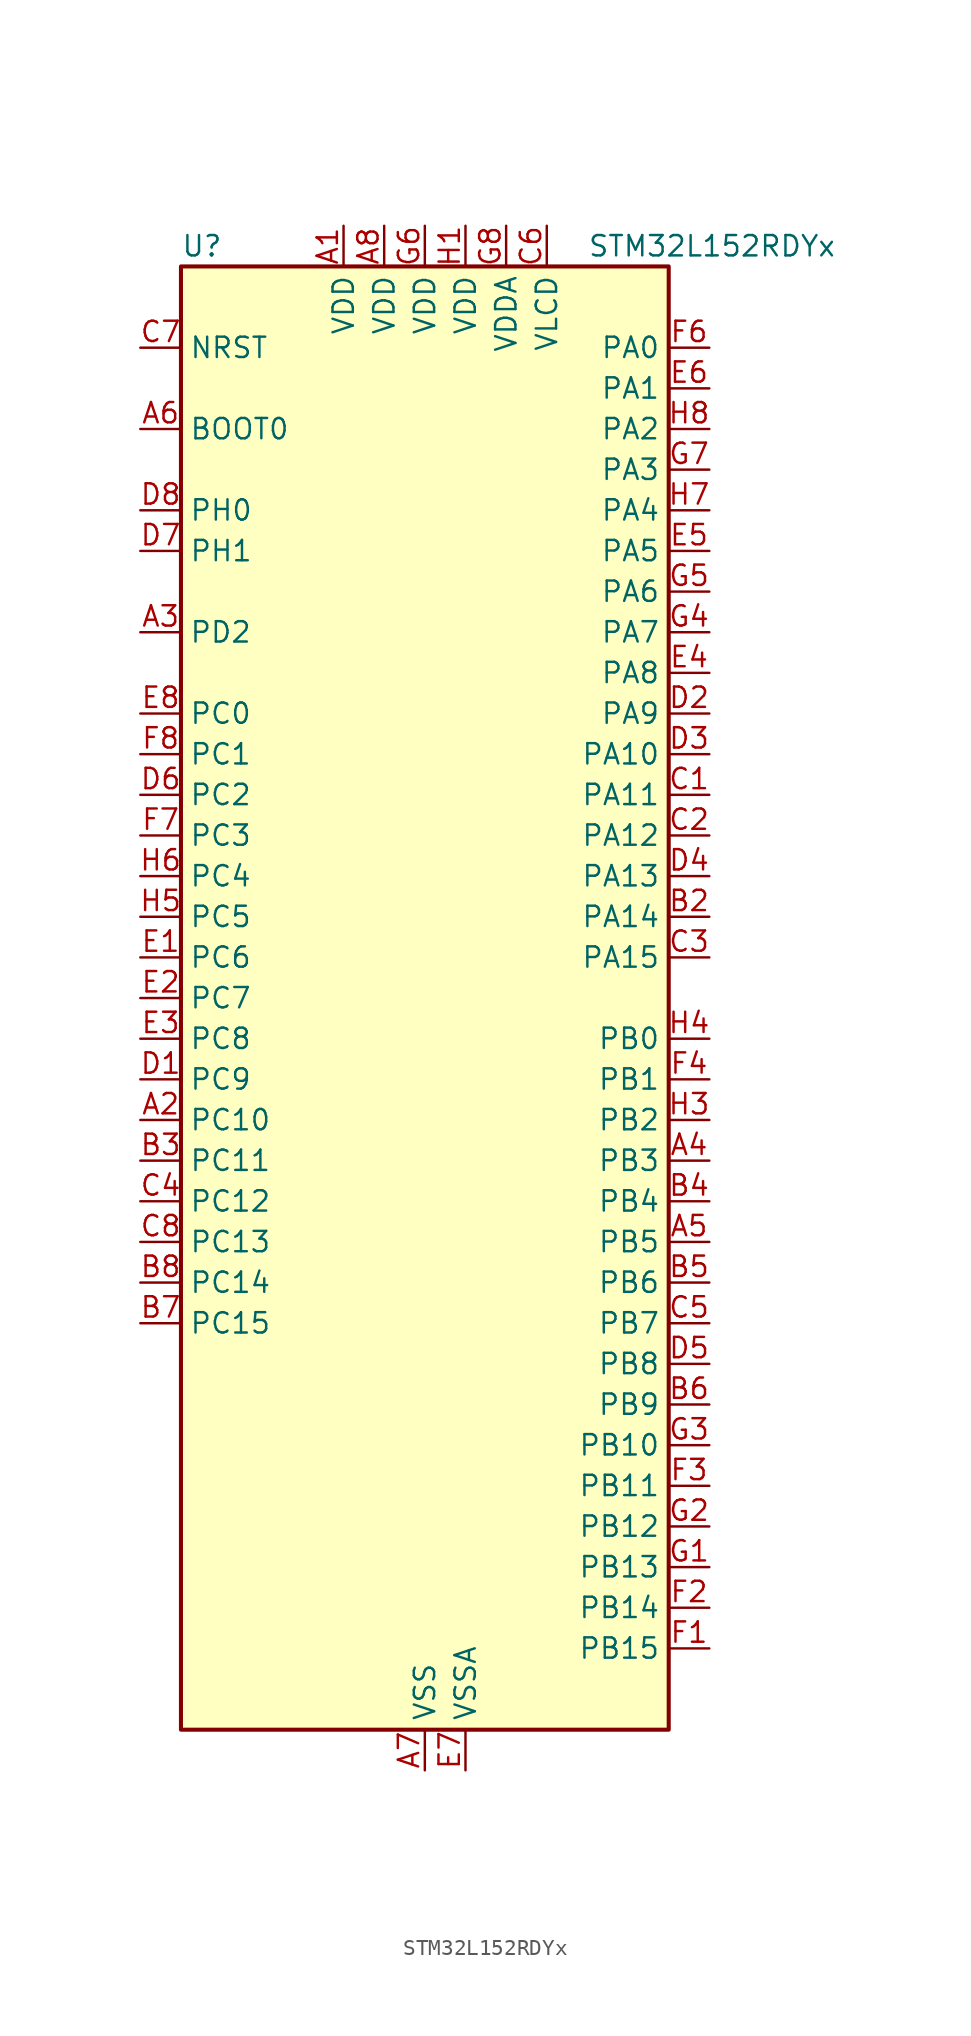
<source format=kicad_sym>
(kicad_symbol_lib
  (version 20241209)
  (generator "kicad_symbol_editor")
  (generator_version "9.0")
  (symbol "STM32L152RDYx"
    (property "Reference" "U"
      (at -15.24 46.99 0)
      (effects (font (size 1.27 1.27)) (justify left)))
    (property "Value" "STM32L152RDYx"
      (at 10.16 46.99 0)
      (effects (font (size 1.27 1.27)) (justify left)))
    (symbol "STM32L152RDYx_0_1"
      (rectangle (start -15.24 -45.72) (end 15.24 45.72) (stroke (width 0.254) (type default)) (fill (type background))))
    (symbol "STM32L152RDYx_1_1"
      (pin input line (at -17.78 40.64 0) (length 2.54) (name "NRST" (effects (font (size 1.27 1.27)))) (number "C7" (effects (font (size 1.27 1.27)))))
      (pin input line (at -17.78 35.56 0) (length 2.54) (name "BOOT0" (effects (font (size 1.27 1.27)))) (number "A6" (effects (font (size 1.27 1.27)))))
      (pin bidirectional line (at -17.78 30.48 0) (length 2.54) (name "PH0" (effects (font (size 1.27 1.27)))) (number "D8" (effects (font (size 1.27 1.27)))) (alternate "RCC_OSC_IN" bidirectional line))
      (pin bidirectional line (at -17.78 27.94 0) (length 2.54) (name "PH1" (effects (font (size 1.27 1.27)))) (number "D7" (effects (font (size 1.27 1.27)))) (alternate "RCC_OSC_OUT" bidirectional line))
      (pin bidirectional line (at -17.78 22.86 0) (length 2.54) (name "PD2" (effects (font (size 1.27 1.27)))) (number "A3" (effects (font (size 1.27 1.27)))) (alternate "LCD_COM7" bidirectional line) (alternate "LCD_SEG31" bidirectional line) (alternate "LCD_SEG43" bidirectional line) (alternate "SDIO_CMD" bidirectional line) (alternate "TIM3_ETR" bidirectional line) (alternate "TIMX_IC3" bidirectional line) (alternate "UART5_RX" bidirectional line))
      (pin bidirectional line (at -17.78 17.78 0) (length 2.54) (name "PC0" (effects (font (size 1.27 1.27)))) (number "E8" (effects (font (size 1.27 1.27)))) (alternate "ADC_IN10" bidirectional line) (alternate "COMP1_INP" bidirectional line) (alternate "LCD_SEG18" bidirectional line) (alternate "TIMX_IC1" bidirectional line) (alternate "TS_G8_IO1" bidirectional line))
      (pin bidirectional line (at -17.78 15.24 0) (length 2.54) (name "PC1" (effects (font (size 1.27 1.27)))) (number "F8" (effects (font (size 1.27 1.27)))) (alternate "ADC_IN11" bidirectional line) (alternate "COMP1_INP" bidirectional line) (alternate "LCD_SEG19" bidirectional line) (alternate "OPAMP3_VINP" bidirectional line) (alternate "TIMX_IC2" bidirectional line) (alternate "TS_G8_IO2" bidirectional line))
      (pin bidirectional line (at -17.78 12.7 0) (length 2.54) (name "PC2" (effects (font (size 1.27 1.27)))) (number "D6" (effects (font (size 1.27 1.27)))) (alternate "ADC_IN12" bidirectional line) (alternate "COMP1_INP" bidirectional line) (alternate "LCD_SEG20" bidirectional line) (alternate "OPAMP3_VINM" bidirectional line) (alternate "TIMX_IC3" bidirectional line) (alternate "TS_G8_IO3" bidirectional line))
      (pin bidirectional line (at -17.78 10.16 0) (length 2.54) (name "PC3" (effects (font (size 1.27 1.27)))) (number "F7" (effects (font (size 1.27 1.27)))) (alternate "ADC_IN13" bidirectional line) (alternate "COMP1_INP" bidirectional line) (alternate "LCD_SEG21" bidirectional line) (alternate "OPAMP3_VOUT" bidirectional line) (alternate "TIMX_IC4" bidirectional line) (alternate "TS_G8_IO4" bidirectional line))
      (pin bidirectional line (at -17.78 7.62 0) (length 2.54) (name "PC4" (effects (font (size 1.27 1.27)))) (number "H6" (effects (font (size 1.27 1.27)))) (alternate "ADC_IN14" bidirectional line) (alternate "COMP1_INP" bidirectional line) (alternate "LCD_SEG22" bidirectional line) (alternate "TIMX_IC1" bidirectional line) (alternate "TS_G9_IO1" bidirectional line))
      (pin bidirectional line (at -17.78 5.08 0) (length 2.54) (name "PC5" (effects (font (size 1.27 1.27)))) (number "H5" (effects (font (size 1.27 1.27)))) (alternate "ADC_IN15" bidirectional line) (alternate "COMP1_INP" bidirectional line) (alternate "LCD_SEG23" bidirectional line) (alternate "TIMX_IC2" bidirectional line) (alternate "TS_G9_IO2" bidirectional line))
      (pin bidirectional line (at -17.78 2.54 0) (length 2.54) (name "PC6" (effects (font (size 1.27 1.27)))) (number "E1" (effects (font (size 1.27 1.27)))) (alternate "I2S2_MCK" bidirectional line) (alternate "LCD_SEG24" bidirectional line) (alternate "SDIO_D6" bidirectional line) (alternate "TIM3_CH1" bidirectional line) (alternate "TIMX_IC3" bidirectional line) (alternate "TS_G10_IO1" bidirectional line))
      (pin bidirectional line (at -17.78 0 0) (length 2.54) (name "PC7" (effects (font (size 1.27 1.27)))) (number "E2" (effects (font (size 1.27 1.27)))) (alternate "I2S3_MCK" bidirectional line) (alternate "LCD_SEG25" bidirectional line) (alternate "SDIO_D7" bidirectional line) (alternate "TIM3_CH2" bidirectional line) (alternate "TIMX_IC4" bidirectional line) (alternate "TS_G10_IO2" bidirectional line))
      (pin bidirectional line (at -17.78 -2.54 0) (length 2.54) (name "PC8" (effects (font (size 1.27 1.27)))) (number "E3" (effects (font (size 1.27 1.27)))) (alternate "LCD_SEG26" bidirectional line) (alternate "SDIO_D0" bidirectional line) (alternate "TIM3_CH3" bidirectional line) (alternate "TIMX_IC1" bidirectional line) (alternate "TS_G10_IO3" bidirectional line))
      (pin bidirectional line (at -17.78 -5.08 0) (length 2.54) (name "PC9" (effects (font (size 1.27 1.27)))) (number "D1" (effects (font (size 1.27 1.27)))) (alternate "DAC_EXTI9" bidirectional line) (alternate "LCD_SEG27" bidirectional line) (alternate "SDIO_D1" bidirectional line) (alternate "TIM3_CH4" bidirectional line) (alternate "TIMX_IC2" bidirectional line) (alternate "TS_G10_IO4" bidirectional line))
      (pin bidirectional line (at -17.78 -7.62 0) (length 2.54) (name "PC10" (effects (font (size 1.27 1.27)))) (number "A2" (effects (font (size 1.27 1.27)))) (alternate "I2S3_CK" bidirectional line) (alternate "LCD_COM4" bidirectional line) (alternate "LCD_SEG28" bidirectional line) (alternate "LCD_SEG40" bidirectional line) (alternate "SDIO_D2" bidirectional line) (alternate "SPI3_SCK" bidirectional line) (alternate "TIMX_IC3" bidirectional line) (alternate "UART4_TX" bidirectional line) (alternate "USART3_TX" bidirectional line))
      (pin bidirectional line (at -17.78 -10.16 0) (length 2.54) (name "PC11" (effects (font (size 1.27 1.27)))) (number "B3" (effects (font (size 1.27 1.27)))) (alternate "ADC_EXTI11" bidirectional line) (alternate "LCD_COM5" bidirectional line) (alternate "LCD_SEG29" bidirectional line) (alternate "LCD_SEG41" bidirectional line) (alternate "SDIO_D3" bidirectional line) (alternate "SPI3_MISO" bidirectional line) (alternate "TIMX_IC4" bidirectional line) (alternate "UART4_RX" bidirectional line) (alternate "USART3_RX" bidirectional line))
      (pin bidirectional line (at -17.78 -12.7 0) (length 2.54) (name "PC12" (effects (font (size 1.27 1.27)))) (number "C4" (effects (font (size 1.27 1.27)))) (alternate "I2S3_SD" bidirectional line) (alternate "LCD_COM6" bidirectional line) (alternate "LCD_SEG30" bidirectional line) (alternate "LCD_SEG42" bidirectional line) (alternate "SDIO_CK" bidirectional line) (alternate "SPI3_MOSI" bidirectional line) (alternate "TIMX_IC1" bidirectional line) (alternate "UART5_TX" bidirectional line) (alternate "USART3_CK" bidirectional line))
      (pin bidirectional line (at -17.78 -15.24 0) (length 2.54) (name "PC13" (effects (font (size 1.27 1.27)))) (number "C8" (effects (font (size 1.27 1.27)))) (alternate "RTC_OUT_ALARM" bidirectional line) (alternate "RTC_OUT_CALIB" bidirectional line) (alternate "RTC_TAMP1" bidirectional line) (alternate "RTC_TS" bidirectional line) (alternate "SYS_WKUP2" bidirectional line) (alternate "TIMX_IC2" bidirectional line))
      (pin bidirectional line (at -17.78 -17.78 0) (length 2.54) (name "PC14" (effects (font (size 1.27 1.27)))) (number "B8" (effects (font (size 1.27 1.27)))) (alternate "RCC_OSC32_IN" bidirectional line) (alternate "TIMX_IC3" bidirectional line))
      (pin bidirectional line (at -17.78 -20.32 0) (length 2.54) (name "PC15" (effects (font (size 1.27 1.27)))) (number "B7" (effects (font (size 1.27 1.27)))) (alternate "ADC_EXTI15" bidirectional line) (alternate "RCC_OSC32_OUT" bidirectional line) (alternate "TIMX_IC4" bidirectional line))
      (pin power_in line (at -5.08 48.26 270) (length 2.54) (name "VDD" (effects (font (size 1.27 1.27)))) (number "A1" (effects (font (size 1.27 1.27)))))
      (pin power_in line (at -2.54 48.26 270) (length 2.54) (name "VDD" (effects (font (size 1.27 1.27)))) (number "A8" (effects (font (size 1.27 1.27)))))
      (pin power_in line (at 0 48.26 270) (length 2.54) (name "VDD" (effects (font (size 1.27 1.27)))) (number "G6" (effects (font (size 1.27 1.27)))))
      (pin power_in line (at 0 -48.26 90) (length 2.54) (name "VSS" (effects (font (size 1.27 1.27)))) (number "A7" (effects (font (size 1.27 1.27)))))
      (pin passive line (at 0 -48.26 90) (length 2.54) (hide yes) (name "VSS" (effects (font (size 1.27 1.27)))) (number "B1" (effects (font (size 1.27 1.27)))))
      (pin passive line (at 0 -48.26 90) (length 2.54) (hide yes) (name "VSS" (effects (font (size 1.27 1.27)))) (number "F5" (effects (font (size 1.27 1.27)))))
      (pin passive line (at 0 -48.26 90) (length 2.54) (hide yes) (name "VSS" (effects (font (size 1.27 1.27)))) (number "H2" (effects (font (size 1.27 1.27)))))
      (pin power_in line (at 2.54 48.26 270) (length 2.54) (name "VDD" (effects (font (size 1.27 1.27)))) (number "H1" (effects (font (size 1.27 1.27)))))
      (pin power_in line (at 2.54 -48.26 90) (length 2.54) (name "VSSA" (effects (font (size 1.27 1.27)))) (number "E7" (effects (font (size 1.27 1.27)))))
      (pin power_in line (at 5.08 48.26 270) (length 2.54) (name "VDDA" (effects (font (size 1.27 1.27)))) (number "G8" (effects (font (size 1.27 1.27)))))
      (pin power_in line (at 7.62 48.26 270) (length 2.54) (name "VLCD" (effects (font (size 1.27 1.27)))) (number "C6" (effects (font (size 1.27 1.27)))))
      (pin bidirectional line (at 17.78 40.64 180) (length 2.54) (name "PA0" (effects (font (size 1.27 1.27)))) (number "F6" (effects (font (size 1.27 1.27)))) (alternate "ADC_IN0" bidirectional line) (alternate "COMP1_INP" bidirectional line) (alternate "RTC_TAMP2" bidirectional line) (alternate "SYS_WKUP1" bidirectional line) (alternate "TIM2_CH1" bidirectional line) (alternate "TIM2_ETR" bidirectional line) (alternate "TIM5_CH1" bidirectional line) (alternate "TIMX_IC1" bidirectional line) (alternate "TS_G1_IO1" bidirectional line) (alternate "USART2_CTS" bidirectional line))
      (pin bidirectional line (at 17.78 38.1 180) (length 2.54) (name "PA1" (effects (font (size 1.27 1.27)))) (number "E6" (effects (font (size 1.27 1.27)))) (alternate "ADC_IN1" bidirectional line) (alternate "COMP1_INP" bidirectional line) (alternate "LCD_SEG0" bidirectional line) (alternate "OPAMP1_VINP" bidirectional line) (alternate "TIM2_CH2" bidirectional line) (alternate "TIM5_CH2" bidirectional line) (alternate "TIMX_IC2" bidirectional line) (alternate "TS_G1_IO2" bidirectional line) (alternate "USART2_RTS" bidirectional line))
      (pin bidirectional line (at 17.78 35.56 180) (length 2.54) (name "PA2" (effects (font (size 1.27 1.27)))) (number "H8" (effects (font (size 1.27 1.27)))) (alternate "ADC_IN2" bidirectional line) (alternate "COMP1_INP" bidirectional line) (alternate "LCD_SEG1" bidirectional line) (alternate "OPAMP1_VINM" bidirectional line) (alternate "TIM2_CH3" bidirectional line) (alternate "TIM5_CH3" bidirectional line) (alternate "TIM9_CH1" bidirectional line) (alternate "TIMX_IC3" bidirectional line) (alternate "TS_G1_IO3" bidirectional line) (alternate "USART2_TX" bidirectional line))
      (pin bidirectional line (at 17.78 33.02 180) (length 2.54) (name "PA3" (effects (font (size 1.27 1.27)))) (number "G7" (effects (font (size 1.27 1.27)))) (alternate "ADC_IN3" bidirectional line) (alternate "COMP1_INP" bidirectional line) (alternate "LCD_SEG2" bidirectional line) (alternate "OPAMP1_VOUT" bidirectional line) (alternate "TIM2_CH4" bidirectional line) (alternate "TIM5_CH4" bidirectional line) (alternate "TIM9_CH2" bidirectional line) (alternate "TIMX_IC4" bidirectional line) (alternate "TS_G1_IO4" bidirectional line) (alternate "USART2_RX" bidirectional line))
      (pin bidirectional line (at 17.78 30.48 180) (length 2.54) (name "PA4" (effects (font (size 1.27 1.27)))) (number "H7" (effects (font (size 1.27 1.27)))) (alternate "ADC_IN4" bidirectional line) (alternate "COMP1_INP" bidirectional line) (alternate "DAC_OUT1" bidirectional line) (alternate "I2S3_WS" bidirectional line) (alternate "SPI1_NSS" bidirectional line) (alternate "SPI3_NSS" bidirectional line) (alternate "TIMX_IC1" bidirectional line) (alternate "USART2_CK" bidirectional line))
      (pin bidirectional line (at 17.78 27.94 180) (length 2.54) (name "PA5" (effects (font (size 1.27 1.27)))) (number "E5" (effects (font (size 1.27 1.27)))) (alternate "ADC_IN5" bidirectional line) (alternate "COMP1_INP" bidirectional line) (alternate "DAC_OUT2" bidirectional line) (alternate "SPI1_SCK" bidirectional line) (alternate "TIM2_CH1" bidirectional line) (alternate "TIM2_ETR" bidirectional line) (alternate "TIMX_IC2" bidirectional line))
      (pin bidirectional line (at 17.78 25.4 180) (length 2.54) (name "PA6" (effects (font (size 1.27 1.27)))) (number "G5" (effects (font (size 1.27 1.27)))) (alternate "ADC_IN6" bidirectional line) (alternate "COMP1_INP" bidirectional line) (alternate "LCD_SEG3" bidirectional line) (alternate "OPAMP2_VINP" bidirectional line) (alternate "SPI1_MISO" bidirectional line) (alternate "TIM10_CH1" bidirectional line) (alternate "TIM3_CH1" bidirectional line) (alternate "TIMX_IC3" bidirectional line) (alternate "TS_G2_IO1" bidirectional line))
      (pin bidirectional line (at 17.78 22.86 180) (length 2.54) (name "PA7" (effects (font (size 1.27 1.27)))) (number "G4" (effects (font (size 1.27 1.27)))) (alternate "ADC_IN7" bidirectional line) (alternate "COMP1_INP" bidirectional line) (alternate "LCD_SEG4" bidirectional line) (alternate "OPAMP2_VINM" bidirectional line) (alternate "SPI1_MOSI" bidirectional line) (alternate "TIM11_CH1" bidirectional line) (alternate "TIM3_CH2" bidirectional line) (alternate "TIMX_IC4" bidirectional line) (alternate "TS_G2_IO2" bidirectional line))
      (pin bidirectional line (at 17.78 20.32 180) (length 2.54) (name "PA8" (effects (font (size 1.27 1.27)))) (number "E4" (effects (font (size 1.27 1.27)))) (alternate "LCD_COM0" bidirectional line) (alternate "RCC_MCO" bidirectional line) (alternate "TIMX_IC1" bidirectional line) (alternate "TS_G4_IO1" bidirectional line) (alternate "USART1_CK" bidirectional line))
      (pin bidirectional line (at 17.78 17.78 180) (length 2.54) (name "PA9" (effects (font (size 1.27 1.27)))) (number "D2" (effects (font (size 1.27 1.27)))) (alternate "DAC_EXTI9" bidirectional line) (alternate "LCD_COM1" bidirectional line) (alternate "TIMX_IC2" bidirectional line) (alternate "TS_G4_IO2" bidirectional line) (alternate "USART1_TX" bidirectional line))
      (pin bidirectional line (at 17.78 15.24 180) (length 2.54) (name "PA10" (effects (font (size 1.27 1.27)))) (number "D3" (effects (font (size 1.27 1.27)))) (alternate "LCD_COM2" bidirectional line) (alternate "TIMX_IC3" bidirectional line) (alternate "TS_G4_IO3" bidirectional line) (alternate "USART1_RX" bidirectional line))
      (pin bidirectional line (at 17.78 12.7 180) (length 2.54) (name "PA11" (effects (font (size 1.27 1.27)))) (number "C1" (effects (font (size 1.27 1.27)))) (alternate "ADC_EXTI11" bidirectional line) (alternate "SPI1_MISO" bidirectional line) (alternate "TIMX_IC4" bidirectional line) (alternate "USART1_CTS" bidirectional line) (alternate "USB_DM" bidirectional line))
      (pin bidirectional line (at 17.78 10.16 180) (length 2.54) (name "PA12" (effects (font (size 1.27 1.27)))) (number "C2" (effects (font (size 1.27 1.27)))) (alternate "SPI1_MOSI" bidirectional line) (alternate "TIMX_IC1" bidirectional line) (alternate "USART1_RTS" bidirectional line) (alternate "USB_DP" bidirectional line))
      (pin bidirectional line (at 17.78 7.62 180) (length 2.54) (name "PA13" (effects (font (size 1.27 1.27)))) (number "D4" (effects (font (size 1.27 1.27)))) (alternate "SYS_JTMS-SWDIO" bidirectional line) (alternate "TIMX_IC2" bidirectional line) (alternate "TS_G5_IO1" bidirectional line))
      (pin bidirectional line (at 17.78 5.08 180) (length 2.54) (name "PA14" (effects (font (size 1.27 1.27)))) (number "B2" (effects (font (size 1.27 1.27)))) (alternate "SYS_JTCK-SWCLK" bidirectional line) (alternate "TIMX_IC3" bidirectional line) (alternate "TS_G5_IO2" bidirectional line))
      (pin bidirectional line (at 17.78 2.54 180) (length 2.54) (name "PA15" (effects (font (size 1.27 1.27)))) (number "C3" (effects (font (size 1.27 1.27)))) (alternate "ADC_EXTI15" bidirectional line) (alternate "I2S3_WS" bidirectional line) (alternate "LCD_SEG17" bidirectional line) (alternate "SPI1_NSS" bidirectional line) (alternate "SPI3_NSS" bidirectional line) (alternate "SYS_JTDI" bidirectional line) (alternate "TIM2_CH1" bidirectional line) (alternate "TIM2_ETR" bidirectional line) (alternate "TIMX_IC4" bidirectional line) (alternate "TS_G5_IO3" bidirectional line))
      (pin bidirectional line (at 17.78 -2.54 180) (length 2.54) (name "PB0" (effects (font (size 1.27 1.27)))) (number "H4" (effects (font (size 1.27 1.27)))) (alternate "ADC_IN8" bidirectional line) (alternate "COMP1_INP" bidirectional line) (alternate "LCD_SEG5" bidirectional line) (alternate "OPAMP2_VOUT" bidirectional line) (alternate "SYS_V_REF_OUT" bidirectional line) (alternate "TIM3_CH3" bidirectional line) (alternate "TS_G3_IO1" bidirectional line))
      (pin bidirectional line (at 17.78 -5.08 180) (length 2.54) (name "PB1" (effects (font (size 1.27 1.27)))) (number "F4" (effects (font (size 1.27 1.27)))) (alternate "ADC_IN9" bidirectional line) (alternate "COMP1_INP" bidirectional line) (alternate "LCD_SEG6" bidirectional line) (alternate "SYS_V_REF_OUT" bidirectional line) (alternate "TIM3_CH4" bidirectional line) (alternate "TS_G3_IO2" bidirectional line))
      (pin bidirectional line (at 17.78 -7.62 180) (length 2.54) (name "PB2" (effects (font (size 1.27 1.27)))) (number "H3" (effects (font (size 1.27 1.27)))) (alternate "TS_G3_IO3" bidirectional line))
      (pin bidirectional line (at 17.78 -10.16 180) (length 2.54) (name "PB3" (effects (font (size 1.27 1.27)))) (number "A4" (effects (font (size 1.27 1.27)))) (alternate "COMP2_INM" bidirectional line) (alternate "I2S3_CK" bidirectional line) (alternate "LCD_SEG7" bidirectional line) (alternate "SPI1_SCK" bidirectional line) (alternate "SPI3_SCK" bidirectional line) (alternate "SYS_JTDO-TRACESWO" bidirectional line) (alternate "TIM2_CH2" bidirectional line))
      (pin bidirectional line (at 17.78 -12.7 180) (length 2.54) (name "PB4" (effects (font (size 1.27 1.27)))) (number "B4" (effects (font (size 1.27 1.27)))) (alternate "COMP2_INP" bidirectional line) (alternate "LCD_SEG8" bidirectional line) (alternate "SPI1_MISO" bidirectional line) (alternate "SPI3_MISO" bidirectional line) (alternate "SYS_JTRST" bidirectional line) (alternate "TIM3_CH1" bidirectional line) (alternate "TS_G6_IO1" bidirectional line))
      (pin bidirectional line (at 17.78 -15.24 180) (length 2.54) (name "PB5" (effects (font (size 1.27 1.27)))) (number "A5" (effects (font (size 1.27 1.27)))) (alternate "COMP2_INP" bidirectional line) (alternate "I2C1_SMBA" bidirectional line) (alternate "I2S3_SD" bidirectional line) (alternate "LCD_SEG9" bidirectional line) (alternate "SPI1_MOSI" bidirectional line) (alternate "SPI3_MOSI" bidirectional line) (alternate "TIM3_CH2" bidirectional line) (alternate "TS_G6_IO2" bidirectional line))
      (pin bidirectional line (at 17.78 -17.78 180) (length 2.54) (name "PB6" (effects (font (size 1.27 1.27)))) (number "B5" (effects (font (size 1.27 1.27)))) (alternate "COMP2_INP" bidirectional line) (alternate "I2C1_SCL" bidirectional line) (alternate "TIM4_CH1" bidirectional line) (alternate "TS_G6_IO3" bidirectional line) (alternate "USART1_TX" bidirectional line))
      (pin bidirectional line (at 17.78 -20.32 180) (length 2.54) (name "PB7" (effects (font (size 1.27 1.27)))) (number "C5" (effects (font (size 1.27 1.27)))) (alternate "COMP2_INP" bidirectional line) (alternate "I2C1_SDA" bidirectional line) (alternate "SYS_PVD_IN" bidirectional line) (alternate "TIM4_CH2" bidirectional line) (alternate "TS_G6_IO4" bidirectional line) (alternate "USART1_RX" bidirectional line))
      (pin bidirectional line (at 17.78 -22.86 180) (length 2.54) (name "PB8" (effects (font (size 1.27 1.27)))) (number "D5" (effects (font (size 1.27 1.27)))) (alternate "I2C1_SCL" bidirectional line) (alternate "LCD_SEG16" bidirectional line) (alternate "SDIO_D4" bidirectional line) (alternate "TIM10_CH1" bidirectional line) (alternate "TIM4_CH3" bidirectional line))
      (pin bidirectional line (at 17.78 -25.4 180) (length 2.54) (name "PB9" (effects (font (size 1.27 1.27)))) (number "B6" (effects (font (size 1.27 1.27)))) (alternate "DAC_EXTI9" bidirectional line) (alternate "I2C1_SDA" bidirectional line) (alternate "LCD_COM3" bidirectional line) (alternate "SDIO_D5" bidirectional line) (alternate "TIM11_CH1" bidirectional line) (alternate "TIM4_CH4" bidirectional line))
      (pin bidirectional line (at 17.78 -27.94 180) (length 2.54) (name "PB10" (effects (font (size 1.27 1.27)))) (number "G3" (effects (font (size 1.27 1.27)))) (alternate "I2C2_SCL" bidirectional line) (alternate "LCD_SEG10" bidirectional line) (alternate "TIM2_CH3" bidirectional line) (alternate "USART3_TX" bidirectional line))
      (pin bidirectional line (at 17.78 -30.48 180) (length 2.54) (name "PB11" (effects (font (size 1.27 1.27)))) (number "F3" (effects (font (size 1.27 1.27)))) (alternate "ADC_EXTI11" bidirectional line) (alternate "I2C2_SDA" bidirectional line) (alternate "LCD_SEG11" bidirectional line) (alternate "TIM2_CH4" bidirectional line) (alternate "USART3_RX" bidirectional line))
      (pin bidirectional line (at 17.78 -33.02 180) (length 2.54) (name "PB12" (effects (font (size 1.27 1.27)))) (number "G2" (effects (font (size 1.27 1.27)))) (alternate "ADC_IN18" bidirectional line) (alternate "COMP1_INP" bidirectional line) (alternate "I2C2_SMBA" bidirectional line) (alternate "I2S2_WS" bidirectional line) (alternate "LCD_SEG12" bidirectional line) (alternate "SPI2_NSS" bidirectional line) (alternate "TIM10_CH1" bidirectional line) (alternate "TS_G7_IO1" bidirectional line) (alternate "USART3_CK" bidirectional line))
      (pin bidirectional line (at 17.78 -35.56 180) (length 2.54) (name "PB13" (effects (font (size 1.27 1.27)))) (number "G1" (effects (font (size 1.27 1.27)))) (alternate "ADC_IN19" bidirectional line) (alternate "COMP1_INP" bidirectional line) (alternate "I2S2_CK" bidirectional line) (alternate "LCD_SEG13" bidirectional line) (alternate "SPI2_SCK" bidirectional line) (alternate "TIM9_CH1" bidirectional line) (alternate "TS_G7_IO2" bidirectional line) (alternate "USART3_CTS" bidirectional line))
      (pin bidirectional line (at 17.78 -38.1 180) (length 2.54) (name "PB14" (effects (font (size 1.27 1.27)))) (number "F2" (effects (font (size 1.27 1.27)))) (alternate "ADC_IN20" bidirectional line) (alternate "COMP1_INP" bidirectional line) (alternate "LCD_SEG14" bidirectional line) (alternate "SPI2_MISO" bidirectional line) (alternate "TIM9_CH2" bidirectional line) (alternate "TS_G7_IO3" bidirectional line) (alternate "USART3_RTS" bidirectional line))
      (pin bidirectional line (at 17.78 -40.64 180) (length 2.54) (name "PB15" (effects (font (size 1.27 1.27)))) (number "F1" (effects (font (size 1.27 1.27)))) (alternate "ADC_EXTI15" bidirectional line) (alternate "ADC_IN21" bidirectional line) (alternate "COMP1_INP" bidirectional line) (alternate "I2S2_SD" bidirectional line) (alternate "LCD_SEG15" bidirectional line) (alternate "RTC_REFIN" bidirectional line) (alternate "SPI2_MOSI" bidirectional line) (alternate "TIM11_CH1" bidirectional line) (alternate "TS_G7_IO4" bidirectional line)))))
</source>
